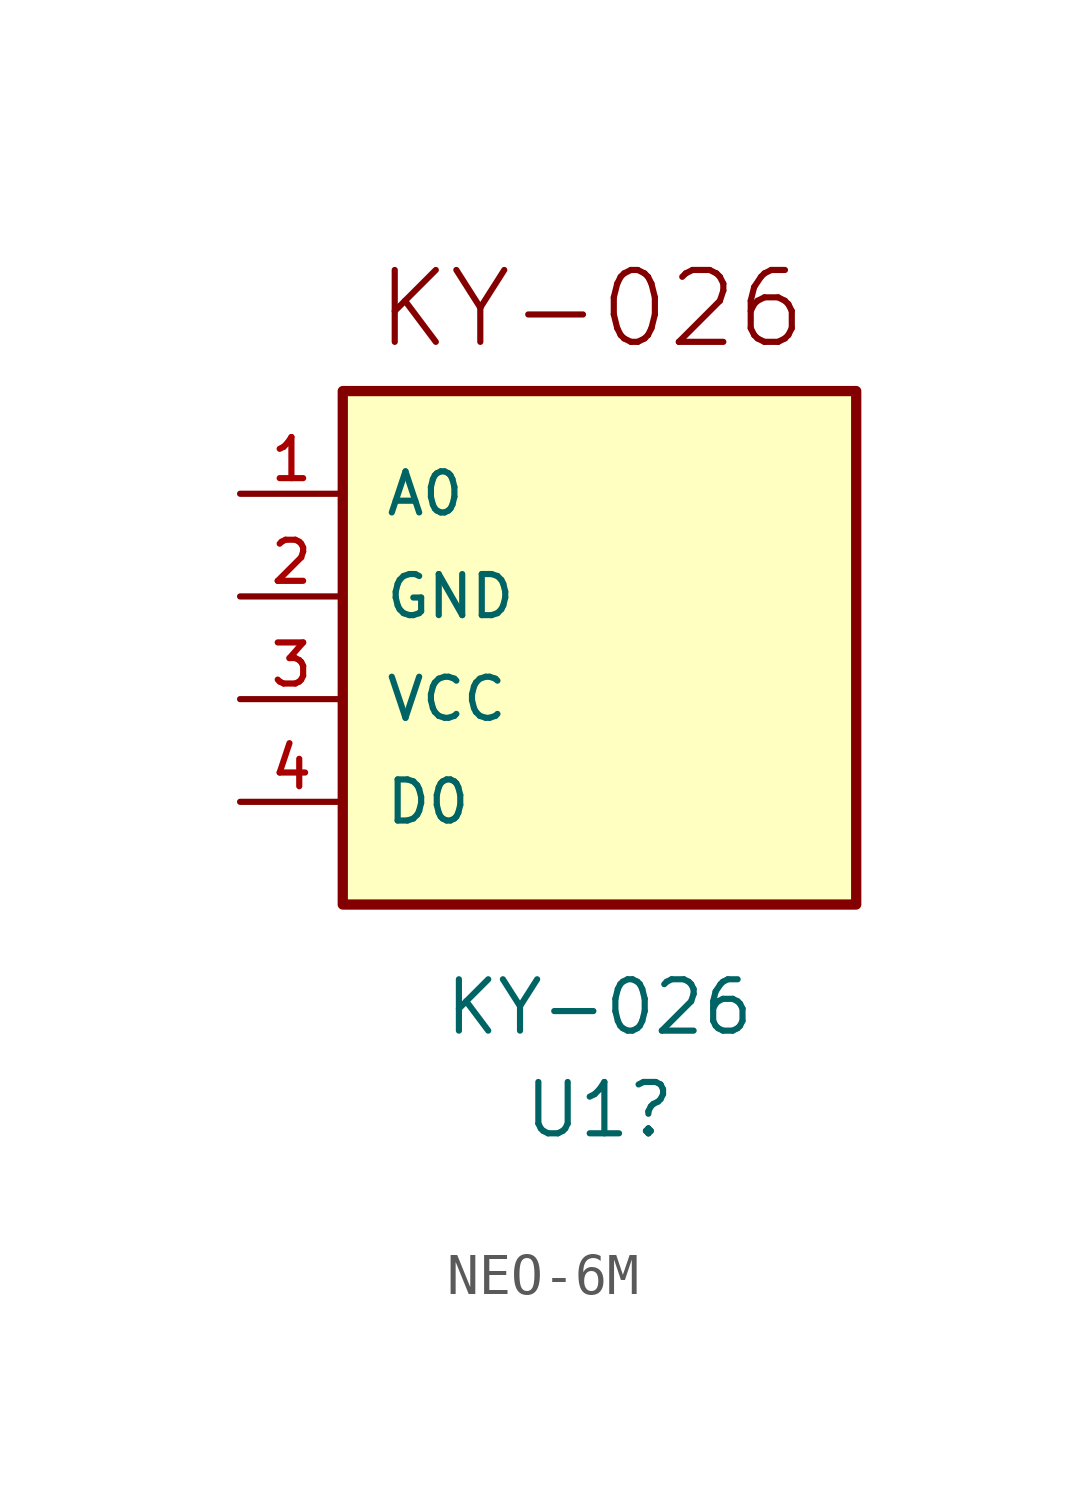
<source format=kicad_sym>
(kicad_symbol_lib
  (version 20231120)
  (generator "kicad_symbol_editor")
  (generator_version "8.0")
  (symbol "NEO-6M"
    (pin_names
      (offset 1.016))
    (property "Reference" "U1"
      (at 8.89 -5.08 0)
      (effects (font (size 1.27 1.27))))
    (property "Value" "KY-026"
      (at 8.89 -2.54 0)
      (effects (font (size 1.27 1.27))))
    (symbol "NEO-6M_0_0"
      (rectangle (start 2.54 12.7) (end 15.24 0) (stroke (width 0.254) (type default)) (fill (type background))))
    (symbol "NEO-6M_1_0"
      (text "KY-026\n" (at 3.302 14.732 0) (effects (font (size 1.778 1.778)) (justify left)))
      (pin bidirectional line (at 0 10.16 0) (length 2.54) (name "A0" (effects (font (size 1.016 1.016)))) (number "1" (effects (font (size 1.016 1.016)))))
      (pin power_in line (at 0 7.62 0) (length 2.54) (name "GND" (effects (font (size 1.016 1.016)))) (number "2" (effects (font (size 1.016 1.016)))))
      (pin power_in line (at 0 5.08 0) (length 2.54) (name "VCC" (effects (font (size 1.016 1.016)))) (number "3" (effects (font (size 1.016 1.016)))))
      (pin bidirectional line (at 0 2.54 0) (length 2.54) (name "D0" (effects (font (size 1.016 1.016)))) (number "4" (effects (font (size 1.016 1.016))))))))
</source>
